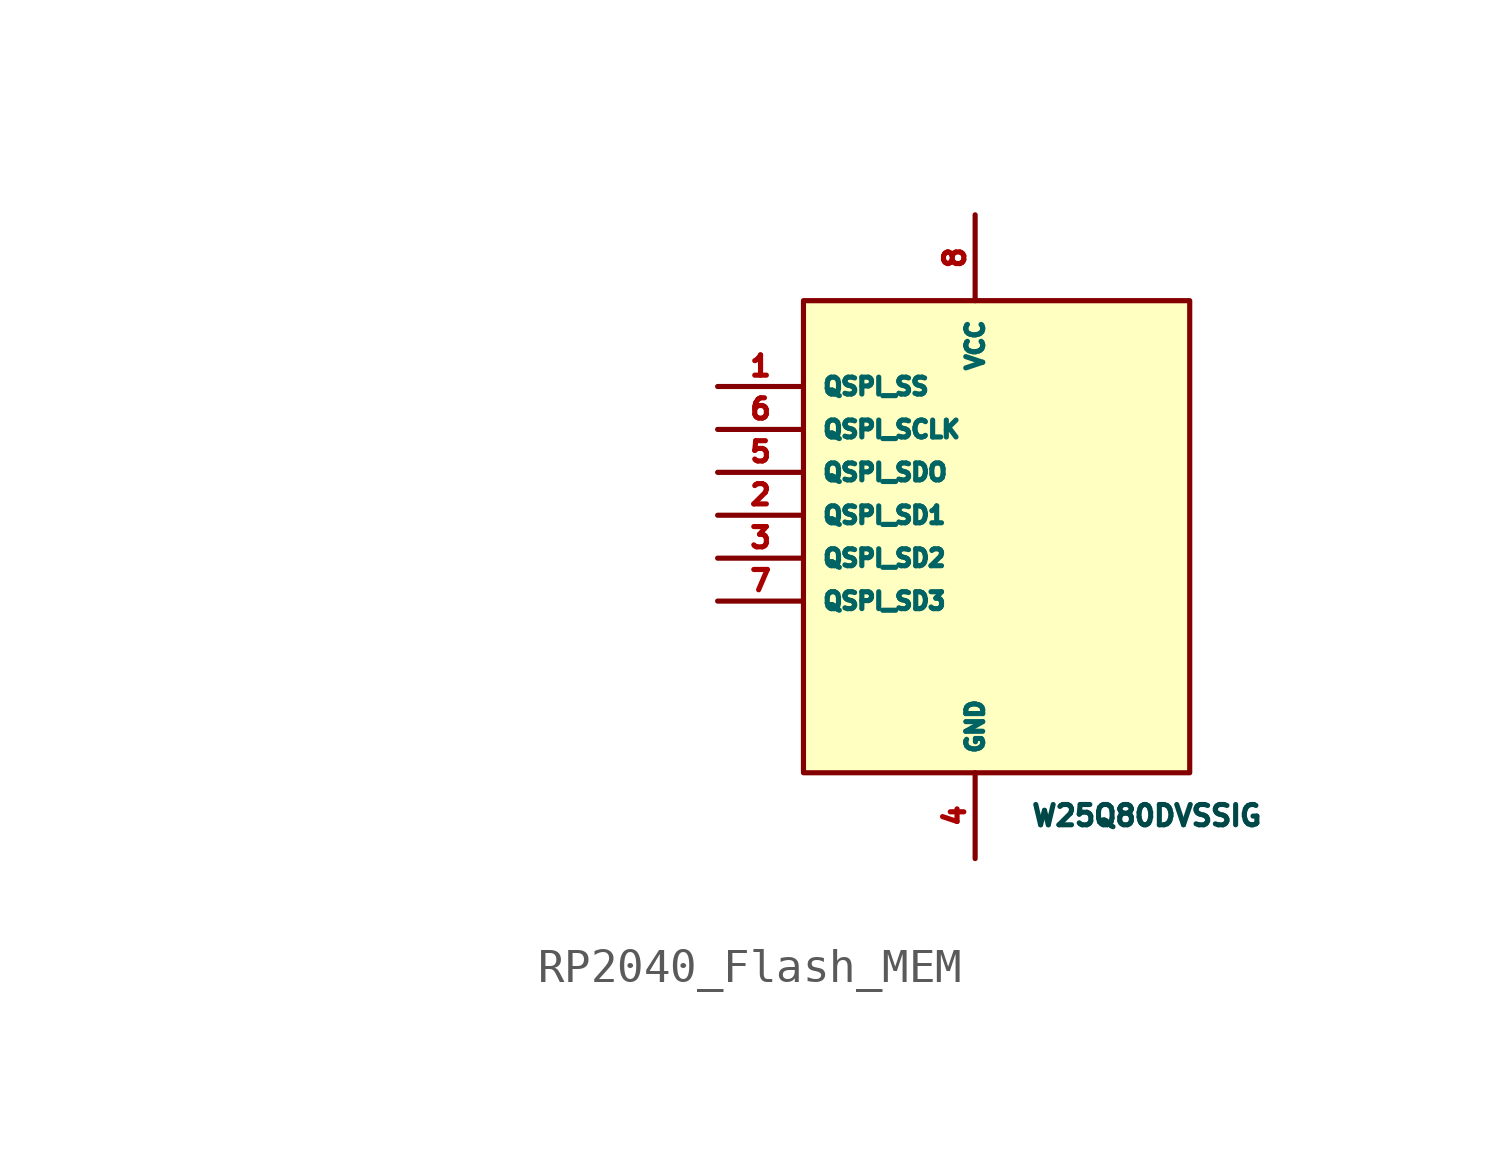
<source format=kicad_sym>
(kicad_symbol_lib
  (version 20241209)
  (generator "kicad_symbol_editor")
  (generator_version "9.0")
  (symbol "RP2040_Flash_MEM"
    (property "Reference" "MEM"
      (at 13.97 22.86 0)
      (effects (font (size 1.5 1.5) (color 0 72 72 1)) (hide yes)))
    (property "Value" ""
      (at 0 0 0)
      (effects (font (size 1.27 1.27))))
    (symbol "RP2040_Flash_MEM_1_1"
      (rectangle (start 16.51 13.97) (end 27.94 0) (stroke (width 0) (type solid)) (fill (type background)))
      (text "W25Q80DVSSIG" (at 26.67 -1.27 0) (effects (font (size 0.6 0.6) (color 0 72 72 1))))
      (pin bidirectional line (at 13.97 11.43 0) (length 2.54) (name "QSPI_SS" (effects (font (size 0.5 0.5)))) (number "1" (effects (font (size 0.6 0.6)))))
      (pin bidirectional line (at 13.97 10.16 0) (length 2.54) (name "QSPI_SCLK" (effects (font (size 0.5 0.5)))) (number "6" (effects (font (size 0.6 0.6)))))
      (pin bidirectional line (at 13.97 8.89 0) (length 2.54) (name "QSPI_SDO" (effects (font (size 0.5 0.5)))) (number "5" (effects (font (size 0.6 0.6)))))
      (pin bidirectional line (at 13.97 7.62 0) (length 2.54) (name "QSPI_SD1" (effects (font (size 0.5 0.5)))) (number "2" (effects (font (size 0.6 0.6)))))
      (pin bidirectional line (at 13.97 6.35 0) (length 2.54) (name "QSPI_SD2" (effects (font (size 0.5 0.5)))) (number "3" (effects (font (size 0.6 0.6)))))
      (pin bidirectional line (at 13.97 5.08 0) (length 2.54) (name "QSPI_SD3" (effects (font (size 0.5 0.5)))) (number "7" (effects (font (size 0.6 0.6)))))
      (pin bidirectional line (at 21.59 16.51 270) (length 2.54) (name "VCC" (effects (font (size 0.5 0.5)))) (number "8" (effects (font (size 0.6 0.6)))))
      (pin bidirectional line (at 21.59 -2.54 90) (length 2.54) (name "GND" (effects (font (size 0.5 0.5)))) (number "4" (effects (font (size 0.6 0.6))))))))
</source>
